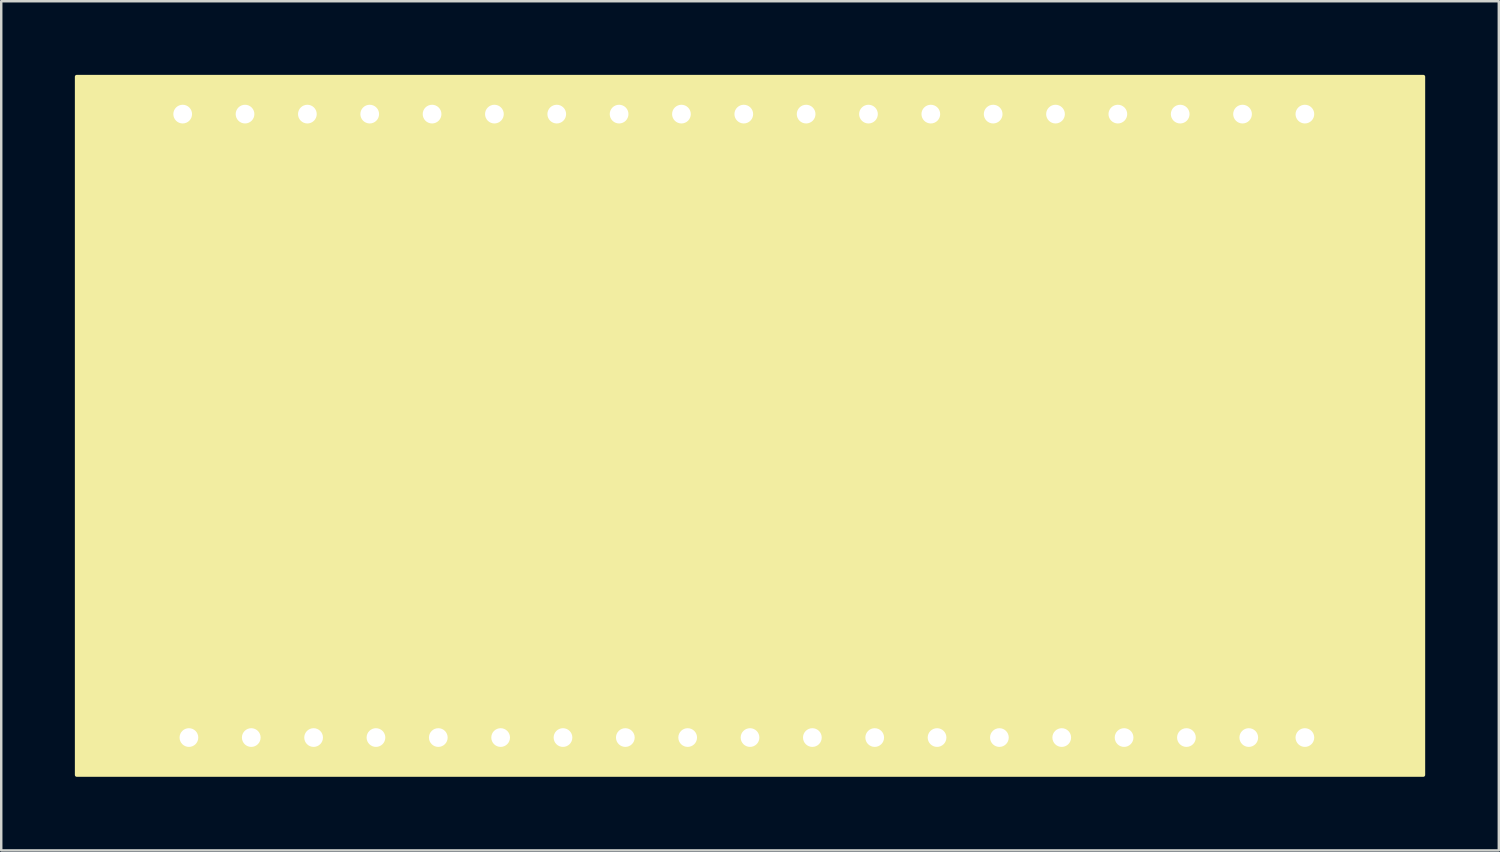
<source format=kicad_pcb>
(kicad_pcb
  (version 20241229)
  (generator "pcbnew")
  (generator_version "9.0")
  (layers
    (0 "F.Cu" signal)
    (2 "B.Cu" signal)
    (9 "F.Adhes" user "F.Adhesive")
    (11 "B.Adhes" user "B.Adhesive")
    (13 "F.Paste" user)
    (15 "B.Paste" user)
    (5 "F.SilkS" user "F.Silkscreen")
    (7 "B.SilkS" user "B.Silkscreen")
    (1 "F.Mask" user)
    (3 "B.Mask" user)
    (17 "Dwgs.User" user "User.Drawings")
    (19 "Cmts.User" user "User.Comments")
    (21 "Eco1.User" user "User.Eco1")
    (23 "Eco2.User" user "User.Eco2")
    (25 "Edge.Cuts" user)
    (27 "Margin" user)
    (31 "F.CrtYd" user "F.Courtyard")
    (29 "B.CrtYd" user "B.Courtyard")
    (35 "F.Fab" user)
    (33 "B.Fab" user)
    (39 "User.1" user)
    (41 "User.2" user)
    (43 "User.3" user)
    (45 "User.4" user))
  (footprint "ESP32-DEV-WROOM"
    (layer "F.Cu")
    (at 27.507 14.299)
    (property "Reference" "ESP32-DEV-WROOM" (at 0 0.5 0) (layer "F.SilkS") (effects (font (size 1 1) (thickness 0.15))))
    (attr through_hole)
    (fp_poly (pts (xy -27.432 14.224) (xy -27.432 -14.224) (xy 27.432 -14.224) (xy 27.432 14.224)) (stroke (width 0.15) (type solid)) (fill yes) (layer "F.SilkS"))
    (pad "1" thru_hole circle (at -22.86 12.7) (size 1.524 1.524) (drill 0.762) (layers "*.Cu" "*.Mask"))
    (pad "2" thru_hole circle (at -20.32 12.7) (size 1.524 1.524) (drill 0.762) (layers "*.Cu" "*.Mask"))
    (pad "3" thru_hole circle (at -17.78 12.7) (size 1.524 1.524) (drill 0.762) (layers "*.Cu" "*.Mask"))
    (pad "4" thru_hole circle (at -15.24 12.7) (size 1.524 1.524) (drill 0.762) (layers "*.Cu" "*.Mask"))
    (pad "5" thru_hole circle (at -12.7 12.7) (size 1.524 1.524) (drill 0.762) (layers "*.Cu" "*.Mask"))
    (pad "6" thru_hole circle (at -10.16 12.7) (size 1.524 1.524) (drill 0.762) (layers "*.Cu" "*.Mask"))
    (pad "7" thru_hole circle (at -7.62 12.7) (size 1.524 1.524) (drill 0.762) (layers "*.Cu" "*.Mask"))
    (pad "8" thru_hole circle (at -5.08 12.7) (size 1.524 1.524) (drill 0.762) (layers "*.Cu" "*.Mask"))
    (pad "9" thru_hole circle (at -2.54 12.7) (size 1.524 1.524) (drill 0.762) (layers "*.Cu" "*.Mask"))
    (pad "10" thru_hole circle (at 0 12.7) (size 1.524 1.524) (drill 0.762) (layers "*.Cu" "*.Mask"))
    (pad "11" thru_hole circle (at 2.54 12.7) (size 1.524 1.524) (drill 0.762) (layers "*.Cu" "*.Mask"))
    (pad "12" thru_hole circle (at 5.08 12.7) (size 1.524 1.524) (drill 0.762) (layers "*.Cu" "*.Mask"))
    (pad "13" thru_hole circle (at 7.62 12.7) (size 1.524 1.524) (drill 0.762) (layers "*.Cu" "*.Mask"))
    (pad "14" thru_hole circle (at 10.16 12.7) (size 1.524 1.524) (drill 0.762) (layers "*.Cu" "*.Mask"))
    (pad "15" thru_hole circle (at 12.7 12.7) (size 1.524 1.524) (drill 0.762) (layers "*.Cu" "*.Mask"))
    (pad "16" thru_hole circle (at 15.24 12.7) (size 1.524 1.524) (drill 0.762) (layers "*.Cu" "*.Mask"))
    (pad "17" thru_hole circle (at 17.78 12.7) (size 1.524 1.524) (drill 0.762) (layers "*.Cu" "*.Mask"))
    (pad "18" thru_hole circle (at 20.32 12.7) (size 1.524 1.524) (drill 0.762) (layers "*.Cu" "*.Mask"))
    (pad "19" thru_hole circle (at 22.606 12.7) (size 1.524 1.524) (drill 0.762) (layers "*.Cu" "*.Mask"))
    (pad "20" thru_hole circle (at 22.606 -12.7) (size 1.524 1.524) (drill 0.762) (layers "*.Cu" "*.Mask"))
    (pad "21" thru_hole circle (at 20.066 -12.7) (size 1.524 1.524) (drill 0.762) (layers "*.Cu" "*.Mask"))
    (pad "22" thru_hole circle (at 17.526 -12.7) (size 1.524 1.524) (drill 0.762) (layers "*.Cu" "*.Mask"))
    (pad "23" thru_hole circle (at 14.986 -12.7) (size 1.524 1.524) (drill 0.762) (layers "*.Cu" "*.Mask"))
    (pad "24" thru_hole circle (at 12.446 -12.7) (size 1.524 1.524) (drill 0.762) (layers "*.Cu" "*.Mask"))
    (pad "25" thru_hole circle (at 9.906 -12.7) (size 1.524 1.524) (drill 0.762) (layers "*.Cu" "*.Mask"))
    (pad "26" thru_hole circle (at 7.366 -12.7) (size 1.524 1.524) (drill 0.762) (layers "*.Cu" "*.Mask"))
    (pad "27" thru_hole circle (at 4.826 -12.7) (size 1.524 1.524) (drill 0.762) (layers "*.Cu" "*.Mask"))
    (pad "28" thru_hole circle (at 2.286 -12.7) (size 1.524 1.524) (drill 0.762) (layers "*.Cu" "*.Mask"))
    (pad "29" thru_hole circle (at -0.254 -12.7) (size 1.524 1.524) (drill 0.762) (layers "*.Cu" "*.Mask"))
    (pad "30" thru_hole circle (at -2.794 -12.7) (size 1.524 1.524) (drill 0.762) (layers "*.Cu" "*.Mask"))
    (pad "31" thru_hole circle (at -5.334 -12.7) (size 1.524 1.524) (drill 0.762) (layers "*.Cu" "*.Mask"))
    (pad "32" thru_hole circle (at -7.874 -12.7) (size 1.524 1.524) (drill 0.762) (layers "*.Cu" "*.Mask"))
    (pad "33" thru_hole circle (at -10.414 -12.7) (size 1.524 1.524) (drill 0.762) (layers "*.Cu" "*.Mask"))
    (pad "34" thru_hole circle (at -12.954 -12.7) (size 1.524 1.524) (drill 0.762) (layers "*.Cu" "*.Mask"))
    (pad "35" thru_hole circle (at -15.494 -12.7) (size 1.524 1.524) (drill 0.762) (layers "*.Cu" "*.Mask"))
    (pad "36" thru_hole circle (at -18.034 -12.7) (size 1.524 1.524) (drill 0.762) (layers "*.Cu" "*.Mask"))
    (pad "37" thru_hole circle (at -20.574 -12.7) (size 1.524 1.524) (drill 0.762) (layers "*.Cu" "*.Mask"))
    (pad "38" thru_hole circle (at -23.114 -12.7) (size 1.524 1.524) (drill 0.762) (layers "*.Cu" "*.Mask")))
  (gr_rect
    (start -3 -3)
    (end 58.014 31.598)
    (stroke (width 0.1) (type default))
    (fill no)
    (layer "Edge.Cuts")))
</source>
